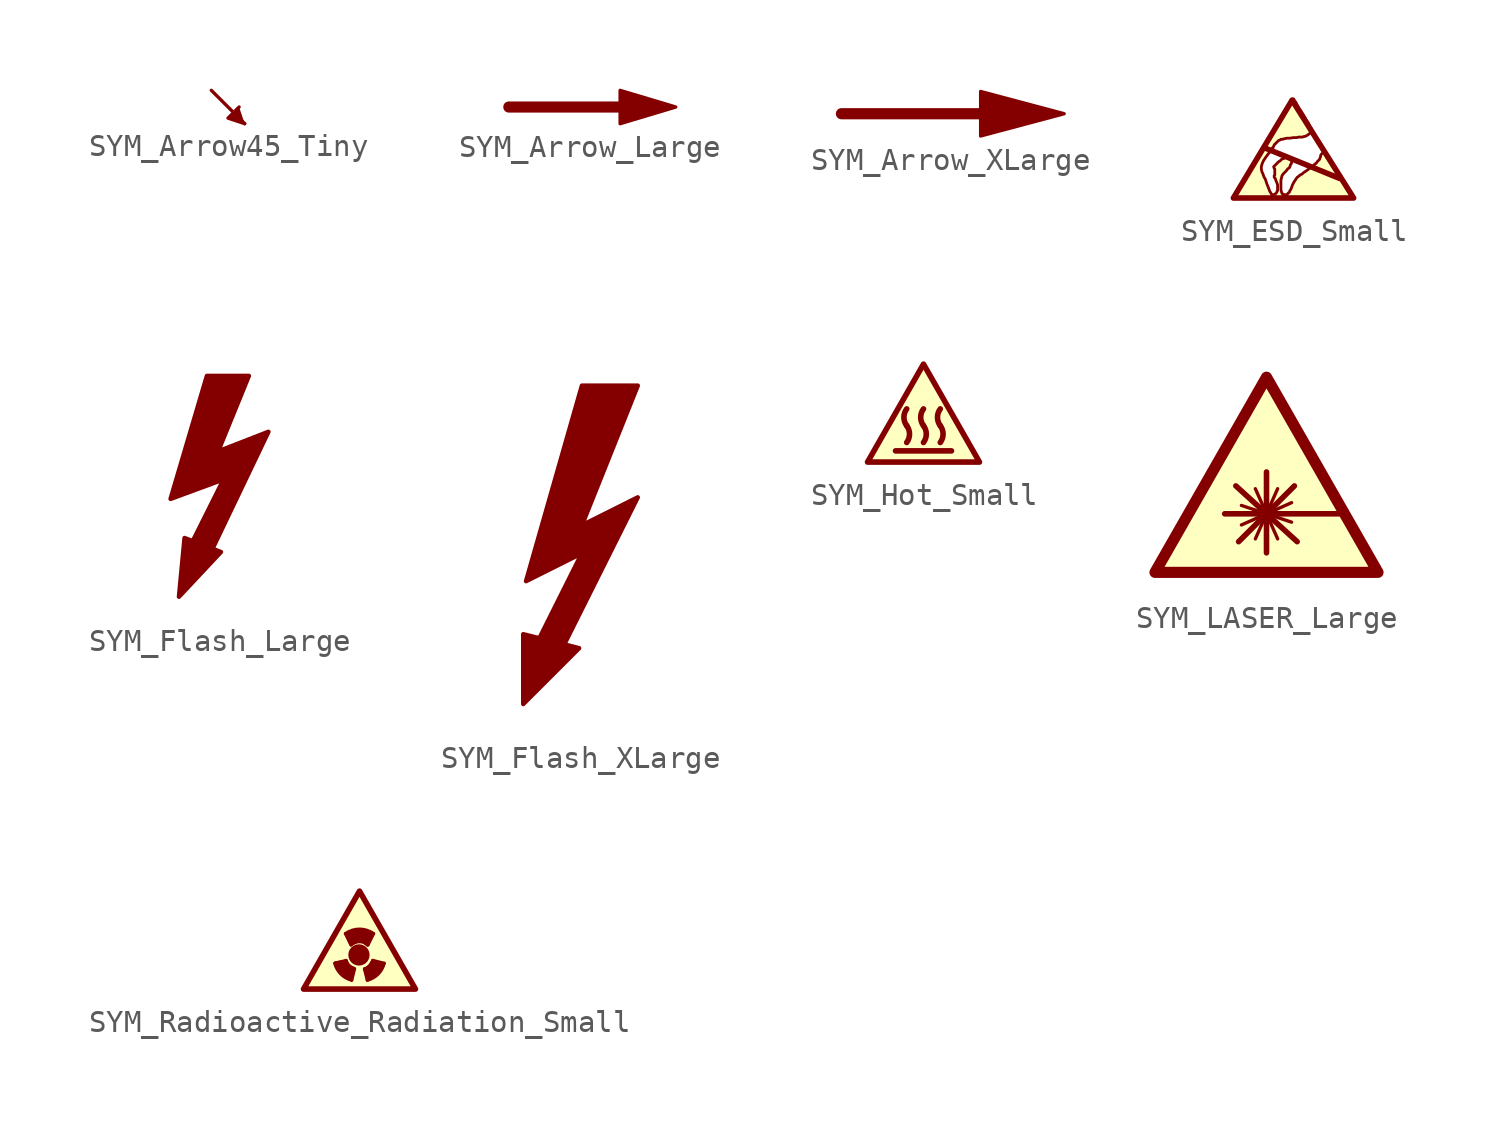
<source format=kicad_sym>
(kicad_symbol_lib
  (version 20220914)
  (generator kicad_symbol_editor)
  (symbol "SYM_Arrow45_Tiny"
    (property "Reference" "#SYM"
      (at 4.064 1.27 0)
      (effects (font (size 1.27 1.27)) hide))
    (symbol "SYM_Arrow45_Tiny_0_1"
      (polyline (pts (xy 0.508 -0.762) (xy -1.016 0.762)) (stroke (width 0) (type default)) (fill (type none)))
      (polyline (pts (xy 0.508 -0.762) (xy -0.254 -0.508) (xy 0.254 0)) (stroke (width 0) (type default)) (fill (type outline)))))
  (symbol "SYM_Arrow_Large"
    (property "Reference" "#SYM"
      (at 0 2.286 0)
      (effects (font (size 1.27 1.27)) hide))
    (symbol "SYM_Arrow_Large_0_1"
      (polyline (pts (xy 2.54 0) (xy -3.81 0)) (stroke (width 0.508) (type default)) (fill (type none)))
      (polyline (pts (xy 3.81 0) (xy 1.27 -0.762) (xy 1.27 0.762) (xy 3.81 0)) (stroke (width 0) (type default)) (fill (type outline)))))
  (symbol "SYM_Arrow_XLarge"
    (property "Reference" "#SYM"
      (at 0 2.286 0)
      (effects (font (size 1.27 1.27)) hide))
    (symbol "SYM_Arrow_XLarge_0_1"
      (polyline (pts (xy 2.54 0) (xy -5.08 0)) (stroke (width 0.508) (type default)) (fill (type none)))
      (polyline (pts (xy 5.08 0) (xy 1.27 -1.016) (xy 1.27 1.016) (xy 5.08 0)) (stroke (width 0) (type default)) (fill (type outline)))))
  (symbol "SYM_ESD_Small"
    (property "Reference" "#SYM"
      (at 0 3.556 0)
      (effects (font (size 1.27 1.27)) hide))
    (symbol "SYM_ESD_Small_0_0"
      (polyline (pts (xy -1.27 0.381) (xy 2.159 -1.016)) (stroke (width 0.254) (type default)) (fill (type none)))
      (polyline (pts (xy -2.667 -1.905) (xy 2.794 -1.905) (xy 0 2.54) (xy -2.667 -1.905)) (stroke (width 0.254) (type default)) (fill (type none)))
      (polyline (pts (xy 2.743 -1.905) (xy 2.718 -1.88) (xy 2.616 -1.676) (xy 2.565 -1.6) (xy 2.489 -1.499) (xy 2.438 -1.372) (xy 1.753 -0.229) (xy 1.702 -0.127) (xy 1.626 -0.051) (xy 1.6 0.051) (xy 1.549 0.102) (xy 1.499 0.203) (xy 1.473 0.229) (xy 1.473 0.203) (xy 1.448 0.203) (xy 1.321 0.076) (xy 1.295 0.025) (xy 1.295 -0.025) (xy 1.27 -0.076) (xy 1.245 -0.152) (xy 1.143 -0.254) (xy 1.092 -0.33) (xy 1.041 -0.356) (xy 0.914 -0.483) (xy 0.762 -0.584) (xy 0.66 -0.66) (xy 0.508 -0.762) (xy 0.457 -0.813) (xy 0.356 -0.864) (xy 0.305 -0.914) (xy 0.229 -0.965) (xy 0.076 -1.194) (xy 0.025 -1.295) (xy -0.025 -1.422) (xy -0.051 -1.499) (xy -0.102 -1.575) (xy -0.127 -1.651) (xy -0.178 -1.676) (xy -0.203 -1.727) (xy -0.254 -1.753) (xy -0.406 -1.753) (xy -0.406 -1.727) (xy -0.457 -1.702) (xy -0.483 -1.626) (xy -0.508 -1.524) (xy -0.508 -1.092) (xy -0.457 -0.889) (xy -0.406 -0.813) (xy -0.254 -0.66) (xy -0.203 -0.584) (xy -0.127 -0.533) (xy -0.102 -0.483) (xy -0.076 -0.406) (xy -0.051 -0.356) (xy -0.025 -0.33) (xy -0.025 -0.279) (xy 0 -0.229) (xy -0.076 -0.152) (xy -0.127 -0.127) (xy -0.152 -0.076) (xy -0.203 -0.051) (xy -0.229 -0.025) (xy -0.254 -0.025) (xy -0.305 -0.076) (xy -0.356 -0.102) (xy -0.432 -0.127) (xy -0.483 -0.152) (xy -0.559 -0.229) (xy -0.61 -0.254) (xy -0.838 -0.483) (xy -0.813 -0.559) (xy -0.787 -0.584) (xy -0.787 -0.864) (xy -0.813 -0.889) (xy -0.813 -0.965) (xy -0.762 -1.016) (xy -0.762 -1.041) (xy -0.66 -1.295) (xy -0.66 -1.575) (xy -0.686 -1.6) (xy -0.686 -1.626) (xy -0.737 -1.702) (xy -0.838 -1.753) (xy -0.914 -1.753) (xy -0.94 -1.727) (xy -0.965 -1.676) (xy -1.016 -1.6) (xy -1.041 -1.524) (xy -1.143 -1.27) (xy -1.219 -1.041) (xy -1.27 -0.965) (xy -1.295 -0.889) (xy -1.321 -0.838) (xy -1.321 -0.813) (xy -1.372 -0.711) (xy -1.397 -0.584) (xy -1.397 -0.483) (xy -1.372 -0.381) (xy -1.321 -0.254) (xy -1.295 -0.203) (xy -1.194 -0.051) (xy -1.041 0.152) (xy -0.991 0.203) (xy -0.965 0.254) (xy -0.914 0.33) (xy -0.889 0.381) (xy -0.864 0.381) (xy -0.813 0.508) (xy -0.61 0.711) (xy -0.533 0.737) (xy -0.508 0.762) (xy -0.432 0.762) (xy -0.356 0.787) (xy -0.229 0.813) (xy -0.102 0.813) (xy 0.051 0.838) (xy 0.203 0.838) (xy 0.305 0.864) (xy 0.483 0.864) (xy 0.533 0.889) (xy 0.584 0.889) (xy 0.686 0.94) (xy 0.711 0.965) (xy 0.762 0.991) (xy 0.813 1.041) (xy 0.864 1.067) (xy 0.889 1.118) (xy 0.914 1.143) (xy 0.914 1.194) (xy 0.889 1.219) (xy 0.864 1.27) (xy 0.813 1.346) (xy 0.711 1.549) (xy 0.635 1.651) (xy 0.584 1.753) (xy 0.508 1.88) (xy 0.457 1.956) (xy 0.381 2.083) (xy 0.305 2.184) (xy 0.254 2.286) (xy 0.203 2.362) (xy 0.178 2.438) (xy 0.102 2.515) (xy 0.102 2.54) (xy 0.076 2.565) (xy 0.076 2.591) (xy 0.025 2.591) (xy 0.025 2.565) (xy -0.025 2.515) (xy -0.102 2.362) (xy -0.254 2.134) (xy -0.305 2.032) (xy -0.457 1.778) (xy -0.559 1.626) (xy -0.762 1.27) (xy -0.889 1.067) (xy -1.016 0.838) (xy -1.168 0.61) (xy -1.321 0.33) (xy -1.397 0.203) (xy -1.524 -0.025) (xy -1.778 -0.432) (xy -1.88 -0.635) (xy -2.007 -0.813) (xy -2.108 -0.991) (xy -2.21 -1.143) (xy -2.286 -1.295) (xy -2.438 -1.549) (xy -2.489 -1.651) (xy -2.565 -1.753) (xy -2.591 -1.829) (xy -2.616 -1.88) (xy -2.642 -1.905) (xy -2.642 -1.93) (xy 2.743 -1.93) (xy 2.743 -1.905)) (stroke (width 0.127) (type default)) (fill (type background)))))
  (symbol "SYM_Flash_Large"
    (property "Reference" "#SYM"
      (at -3.81 0 90)
      (effects (font (size 1.27 1.27)) hide))
    (symbol "SYM_Flash_Large_0_1"
      (polyline (pts (xy 0.127 -3.556) (xy -1.524 -2.921) (xy -1.778 -5.588) (xy 0.127 -3.556)) (stroke (width 0.203) (type default)) (fill (type outline)))
      (polyline (pts (xy -0.508 4.445) (xy 1.397 4.445) (xy 0 1.016) (xy 2.286 1.905) (xy -0.508 -3.937) (xy -1.397 -3.556) (xy 0.254 -0.254) (xy -2.159 -1.143) (xy -0.508 4.445)) (stroke (width 0.203) (type default)) (fill (type outline)))))
  (symbol "SYM_Flash_XLarge"
    (property "Reference" "#SYM"
      (at -3.81 0 90)
      (effects (font (size 1.27 1.27)) hide))
    (symbol "SYM_Flash_XLarge_0_1"
      (polyline (pts (xy -0.127 -3.683) (xy -2.667 -3.048) (xy -2.667 -6.223) (xy -0.127 -3.683)) (stroke (width 0.203) (type default)) (fill (type outline)))
      (polyline (pts (xy 0 8.255) (xy 1.27 8.255) (xy 2.54 8.255) (xy 0 1.905) (xy 2.54 3.175) (xy -1.27 -4.445) (xy -2.54 -4.445) (xy 0 0.635) (xy -2.54 -0.635) (xy 0 8.255)) (stroke (width 0.203) (type default)) (fill (type outline)))))
  (symbol "SYM_Hot_Small"
    (property "Reference" "#SYM"
      (at 0 3.556 0)
      (effects (font (size 1.27 1.27)) hide))
    (symbol "SYM_Hot_Small_0_1"
      (arc (start -0.762 -1.016) (mid -0.635 -0.635) (end -0.762 -0.254) (stroke (width 0.254) (type default)) (fill (type none)))
      (arc (start -0.762 0.508) (mid -0.889 0.127) (end -0.762 -0.254) (stroke (width 0.254) (type default)) (fill (type none)))
      (arc (start 0 -1.016) (mid 0.127 -0.635) (end 0 -0.254) (stroke (width 0.254) (type default)) (fill (type none)))
      (polyline (pts (xy 1.27 -1.397) (xy -1.27 -1.397)) (stroke (width 0.254) (type default)) (fill (type none)))
      (polyline (pts (xy -2.54 -1.905) (xy 2.54 -1.905) (xy 0 2.54) (xy -2.54 -1.905)) (stroke (width 0.254) (type default)) (fill (type background)))
      (arc (start 0 0.508) (mid -0.127 0.127) (end 0 -0.254) (stroke (width 0.254) (type default)) (fill (type none)))
      (arc (start 0.762 -1.016) (mid 0.889 -0.635) (end 0.762 -0.254) (stroke (width 0.254) (type default)) (fill (type none)))
      (arc (start 0.762 0.508) (mid 0.635 0.127) (end 0.762 -0.254) (stroke (width 0.254) (type default)) (fill (type none)))))
  (symbol "SYM_LASER_Large"
    (property "Reference" "#SYM"
      (at 0 5.08 0)
      (effects (font (size 1.27 1.27)) hide))
    (symbol "SYM_LASER_Large_0_1"
      (polyline (pts (xy -1.905 -2.413) (xy 3.556 -2.413)) (stroke (width 0.254) (type default)) (fill (type none)))
      (polyline (pts (xy -1.27 -3.683) (xy 1.27 -1.143)) (stroke (width 0.254) (type default)) (fill (type none)))
      (polyline (pts (xy -1.143 -2.921) (xy 1.143 -1.905)) (stroke (width 0) (type default)) (fill (type none)))
      (polyline (pts (xy -1.143 -2.032) (xy 1.143 -2.794)) (stroke (width 0) (type default)) (fill (type none)))
      (polyline (pts (xy -0.508 -1.27) (xy 0.508 -3.556)) (stroke (width 0) (type default)) (fill (type none)))
      (polyline (pts (xy 0 -4.191) (xy 0 -0.508)) (stroke (width 0.254) (type default)) (fill (type none)))
      (polyline (pts (xy 0.508 -1.27) (xy -0.508 -3.556)) (stroke (width 0) (type default)) (fill (type none)))
      (polyline (pts (xy 1.397 -3.683) (xy -1.397 -1.143)) (stroke (width 0.254) (type default)) (fill (type none)))
      (polyline (pts (xy -5.08 -5.08) (xy 5.08 -5.08) (xy 0 3.81) (xy -5.08 -5.08)) (stroke (width 0.508) (type default)) (fill (type background)))))
  (symbol "SYM_Radioactive_Radiation_Small"
    (property "Reference" "#SYM"
      (at 0 3.556 0)
      (effects (font (size 1.27 1.27)) hide))
    (symbol "SYM_Radioactive_Radiation_Small_0_0"
      (arc (start -1.1176 -0.7366) (mid -0.8421 -1.2231) (end -0.3556 -1.4986) (stroke (width 0) (type default)) (fill (type none)))
      (arc (start -0.6096 -0.6096) (mid -0.4656 -0.8429) (end -0.2286 -0.9906) (stroke (width 0) (type default)) (fill (type none)))
      (circle (center -0.025 -0.356) (radius 0.356) (stroke (width 0.254) (type default)) (fill (type outline)))
      (polyline (pts (xy -1.118 -0.737) (xy -0.61 -0.61)) (stroke (width 0) (type default)) (fill (type none)))
      (polyline (pts (xy -0.635 0.61) (xy -0.381 0.102)) (stroke (width 0) (type default)) (fill (type none)))
      (polyline (pts (xy -0.356 -1.499) (xy -0.229 -0.991)) (stroke (width 0) (type default)) (fill (type none)))
      (polyline (pts (xy 0.356 -1.499) (xy 0.229 -0.991)) (stroke (width 0) (type default)) (fill (type none)))
      (polyline (pts (xy 0.635 0.61) (xy 0.381 0.102)) (stroke (width 0) (type default)) (fill (type none)))
      (polyline (pts (xy 1.118 -0.737) (xy 0.61 -0.61)) (stroke (width 0) (type default)) (fill (type none)))
      (polyline (pts (xy -0.61 -0.66) (xy -0.508 -0.864) (xy -0.254 -0.965) (xy -0.406 -1.473) (xy -0.762 -1.219) (xy -0.965 -1.016) (xy -1.067 -0.711) (xy -0.61 -0.66)) (stroke (width 0) (type default)) (fill (type outline)))
      (polyline (pts (xy 0.61 -0.61) (xy 0.457 -0.864) (xy 0.254 -1.016) (xy 0.406 -1.473) (xy 0.711 -1.27) (xy 0.914 -1.067) (xy 1.067 -0.762) (xy 0.61 -0.66)) (stroke (width 0) (type default)) (fill (type outline)))
      (polyline (pts (xy -0.356 0.152) (xy -0.102 0.254) (xy 0.152 0.254) (xy 0.356 0.102) (xy 0.61 0.61) (xy 0.356 0.711) (xy 0.102 0.762) (xy -0.152 0.762) (xy -0.457 0.66) (xy -0.61 0.61) (xy -0.406 0.152)) (stroke (width 0) (type default)) (fill (type outline)))
      (arc (start 0.2286 -0.9906) (mid 0.4619 -0.8466) (end 0.6096 -0.6096) (stroke (width 0) (type default)) (fill (type none)))
      (arc (start 0.3556 -1.4986) (mid 0.8421 -1.2231) (end 1.1176 -0.7366) (stroke (width 0) (type default)) (fill (type none)))
      (arc (start 0.381 0.1016) (mid 0 0.2594) (end -0.381 0.1016) (stroke (width 0) (type default)) (fill (type none)))
      (arc (start 0.635 0.6096) (mid 0 0.8131) (end -0.635 0.6096) (stroke (width 0) (type default)) (fill (type none))))
    (symbol "SYM_Radioactive_Radiation_Small_0_1"
      (polyline (pts (xy -2.54 -1.905) (xy 2.54 -1.905) (xy 0 2.54) (xy -2.54 -1.905)) (stroke (width 0.254) (type default)) (fill (type background))))))
</source>
